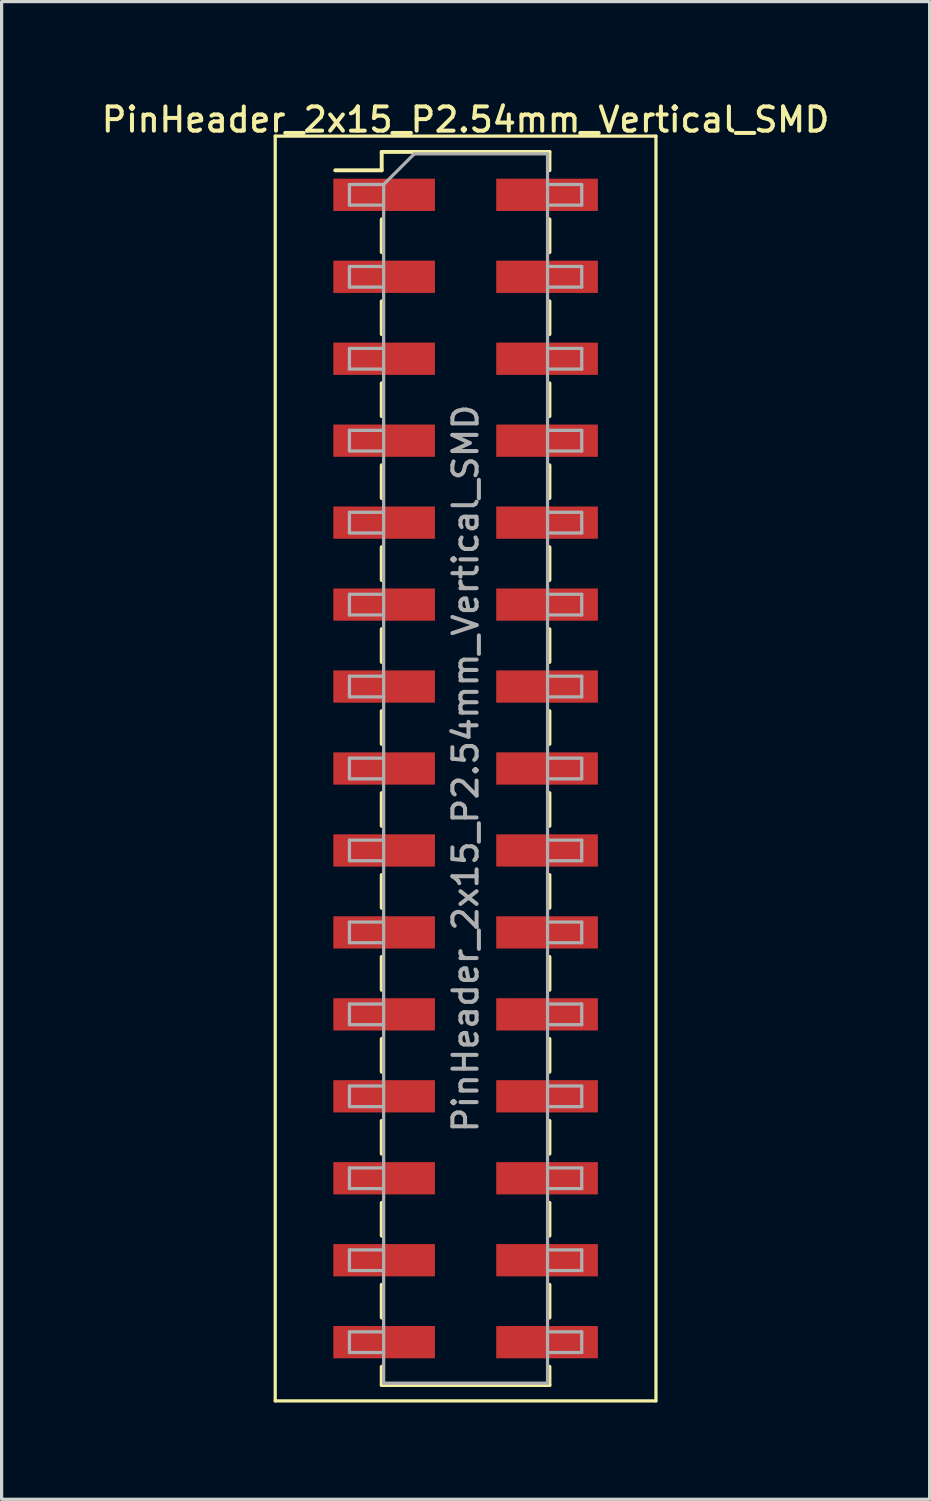
<source format=kicad_pcb>
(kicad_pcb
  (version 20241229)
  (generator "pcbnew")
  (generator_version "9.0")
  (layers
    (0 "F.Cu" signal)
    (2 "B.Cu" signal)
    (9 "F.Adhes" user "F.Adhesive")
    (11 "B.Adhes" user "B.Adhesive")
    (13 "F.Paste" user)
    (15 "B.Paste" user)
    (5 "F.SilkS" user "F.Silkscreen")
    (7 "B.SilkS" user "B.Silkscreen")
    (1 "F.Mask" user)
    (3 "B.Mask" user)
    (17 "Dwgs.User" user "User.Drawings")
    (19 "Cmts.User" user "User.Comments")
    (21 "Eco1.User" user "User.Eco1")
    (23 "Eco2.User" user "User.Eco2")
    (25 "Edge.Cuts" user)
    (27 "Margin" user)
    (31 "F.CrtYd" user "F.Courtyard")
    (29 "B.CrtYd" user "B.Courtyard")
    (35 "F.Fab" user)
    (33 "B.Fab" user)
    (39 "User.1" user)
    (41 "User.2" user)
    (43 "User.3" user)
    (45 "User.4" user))
  (footprint "PinHeader_2x15_P2.54mm_Vertical_SMD"
    (layer "F.Cu")
    (at 11.38 20.768)
    (property "Reference" "PinHeader_2x15_P2.54mm_Vertical_SMD" (at 0 -20.11 0) (layer "F.SilkS") (effects (font (size 0.75 0.75) (thickness 0.125))))
    (attr smd)
    (fp_line (start -5.9 -19.6) (end -5.9 19.6) (stroke (width 0.1) (type solid)) (layer "F.SilkS"))
    (fp_line (start -5.9 19.6) (end 5.9 19.6) (stroke (width 0.1) (type solid)) (layer "F.SilkS"))
    (fp_line (start -4.04 -18.54) (end -2.6 -18.54) (stroke (width 0.12) (type solid)) (layer "F.SilkS"))
    (fp_line (start -2.6 -19.11) (end -2.6 -18.54) (stroke (width 0.12) (type solid)) (layer "F.SilkS"))
    (fp_line (start -2.6 -19.11) (end 2.6 -19.11) (stroke (width 0.12) (type solid)) (layer "F.SilkS"))
    (fp_line (start -2.6 -17.02) (end -2.6 -16) (stroke (width 0.12) (type solid)) (layer "F.SilkS"))
    (fp_line (start -2.6 -14.48) (end -2.6 -13.46) (stroke (width 0.12) (type solid)) (layer "F.SilkS"))
    (fp_line (start -2.6 -11.94) (end -2.6 -10.92) (stroke (width 0.12) (type solid)) (layer "F.SilkS"))
    (fp_line (start -2.6 -9.4) (end -2.6 -8.38) (stroke (width 0.12) (type solid)) (layer "F.SilkS"))
    (fp_line (start -2.6 -6.86) (end -2.6 -5.84) (stroke (width 0.12) (type solid)) (layer "F.SilkS"))
    (fp_line (start -2.6 -4.32) (end -2.6 -3.3) (stroke (width 0.12) (type solid)) (layer "F.SilkS"))
    (fp_line (start -2.6 -1.78) (end -2.6 -0.76) (stroke (width 0.12) (type solid)) (layer "F.SilkS"))
    (fp_line (start -2.6 0.76) (end -2.6 1.78) (stroke (width 0.12) (type solid)) (layer "F.SilkS"))
    (fp_line (start -2.6 3.3) (end -2.6 4.32) (stroke (width 0.12) (type solid)) (layer "F.SilkS"))
    (fp_line (start -2.6 5.84) (end -2.6 6.86) (stroke (width 0.12) (type solid)) (layer "F.SilkS"))
    (fp_line (start -2.6 8.38) (end -2.6 9.4) (stroke (width 0.12) (type solid)) (layer "F.SilkS"))
    (fp_line (start -2.6 10.92) (end -2.6 11.94) (stroke (width 0.12) (type solid)) (layer "F.SilkS"))
    (fp_line (start -2.6 13.46) (end -2.6 14.48) (stroke (width 0.12) (type solid)) (layer "F.SilkS"))
    (fp_line (start -2.6 16) (end -2.6 17.02) (stroke (width 0.12) (type solid)) (layer "F.SilkS"))
    (fp_line (start -2.6 18.54) (end -2.6 19.11) (stroke (width 0.12) (type solid)) (layer "F.SilkS"))
    (fp_line (start -2.6 19.11) (end 2.6 19.11) (stroke (width 0.12) (type solid)) (layer "F.SilkS"))
    (fp_line (start 2.6 -19.11) (end 2.6 -18.54) (stroke (width 0.12) (type solid)) (layer "F.SilkS"))
    (fp_line (start 2.6 -17.02) (end 2.6 -16) (stroke (width 0.12) (type solid)) (layer "F.SilkS"))
    (fp_line (start 2.6 -14.48) (end 2.6 -13.46) (stroke (width 0.12) (type solid)) (layer "F.SilkS"))
    (fp_line (start 2.6 -11.94) (end 2.6 -10.92) (stroke (width 0.12) (type solid)) (layer "F.SilkS"))
    (fp_line (start 2.6 -9.4) (end 2.6 -8.38) (stroke (width 0.12) (type solid)) (layer "F.SilkS"))
    (fp_line (start 2.6 -6.86) (end 2.6 -5.84) (stroke (width 0.12) (type solid)) (layer "F.SilkS"))
    (fp_line (start 2.6 -4.32) (end 2.6 -3.3) (stroke (width 0.12) (type solid)) (layer "F.SilkS"))
    (fp_line (start 2.6 -1.78) (end 2.6 -0.76) (stroke (width 0.12) (type solid)) (layer "F.SilkS"))
    (fp_line (start 2.6 0.76) (end 2.6 1.78) (stroke (width 0.12) (type solid)) (layer "F.SilkS"))
    (fp_line (start 2.6 3.3) (end 2.6 4.32) (stroke (width 0.12) (type solid)) (layer "F.SilkS"))
    (fp_line (start 2.6 5.84) (end 2.6 6.86) (stroke (width 0.12) (type solid)) (layer "F.SilkS"))
    (fp_line (start 2.6 8.38) (end 2.6 9.4) (stroke (width 0.12) (type solid)) (layer "F.SilkS"))
    (fp_line (start 2.6 10.92) (end 2.6 11.94) (stroke (width 0.12) (type solid)) (layer "F.SilkS"))
    (fp_line (start 2.6 13.46) (end 2.6 14.48) (stroke (width 0.12) (type solid)) (layer "F.SilkS"))
    (fp_line (start 2.6 16) (end 2.6 17.02) (stroke (width 0.12) (type solid)) (layer "F.SilkS"))
    (fp_line (start 2.6 18.54) (end 2.6 19.11) (stroke (width 0.12) (type solid)) (layer "F.SilkS"))
    (fp_line (start 5.9 -19.6) (end -5.9 -19.6) (stroke (width 0.1) (type solid)) (layer "F.SilkS"))
    (fp_line (start 5.9 19.6) (end 5.9 -19.6) (stroke (width 0.1) (type solid)) (layer "F.SilkS"))
    (fp_line (start -3.6 -18.1) (end -3.6 -17.46) (stroke (width 0.1) (type solid)) (layer "F.Fab"))
    (fp_line (start -3.6 -17.46) (end -2.54 -17.46) (stroke (width 0.1) (type solid)) (layer "F.Fab"))
    (fp_line (start -3.6 -15.56) (end -3.6 -14.92) (stroke (width 0.1) (type solid)) (layer "F.Fab"))
    (fp_line (start -3.6 -14.92) (end -2.54 -14.92) (stroke (width 0.1) (type solid)) (layer "F.Fab"))
    (fp_line (start -3.6 -13.02) (end -3.6 -12.38) (stroke (width 0.1) (type solid)) (layer "F.Fab"))
    (fp_line (start -3.6 -12.38) (end -2.54 -12.38) (stroke (width 0.1) (type solid)) (layer "F.Fab"))
    (fp_line (start -3.6 -10.48) (end -3.6 -9.84) (stroke (width 0.1) (type solid)) (layer "F.Fab"))
    (fp_line (start -3.6 -9.84) (end -2.54 -9.84) (stroke (width 0.1) (type solid)) (layer "F.Fab"))
    (fp_line (start -3.6 -7.94) (end -3.6 -7.3) (stroke (width 0.1) (type solid)) (layer "F.Fab"))
    (fp_line (start -3.6 -7.3) (end -2.54 -7.3) (stroke (width 0.1) (type solid)) (layer "F.Fab"))
    (fp_line (start -3.6 -5.4) (end -3.6 -4.76) (stroke (width 0.1) (type solid)) (layer "F.Fab"))
    (fp_line (start -3.6 -4.76) (end -2.54 -4.76) (stroke (width 0.1) (type solid)) (layer "F.Fab"))
    (fp_line (start -3.6 -2.86) (end -3.6 -2.22) (stroke (width 0.1) (type solid)) (layer "F.Fab"))
    (fp_line (start -3.6 -2.22) (end -2.54 -2.22) (stroke (width 0.1) (type solid)) (layer "F.Fab"))
    (fp_line (start -3.6 -0.32) (end -3.6 0.32) (stroke (width 0.1) (type solid)) (layer "F.Fab"))
    (fp_line (start -3.6 0.32) (end -2.54 0.32) (stroke (width 0.1) (type solid)) (layer "F.Fab"))
    (fp_line (start -3.6 2.22) (end -3.6 2.86) (stroke (width 0.1) (type solid)) (layer "F.Fab"))
    (fp_line (start -3.6 2.86) (end -2.54 2.86) (stroke (width 0.1) (type solid)) (layer "F.Fab"))
    (fp_line (start -3.6 4.76) (end -3.6 5.4) (stroke (width 0.1) (type solid)) (layer "F.Fab"))
    (fp_line (start -3.6 5.4) (end -2.54 5.4) (stroke (width 0.1) (type solid)) (layer "F.Fab"))
    (fp_line (start -3.6 7.3) (end -3.6 7.94) (stroke (width 0.1) (type solid)) (layer "F.Fab"))
    (fp_line (start -3.6 7.94) (end -2.54 7.94) (stroke (width 0.1) (type solid)) (layer "F.Fab"))
    (fp_line (start -3.6 9.84) (end -3.6 10.48) (stroke (width 0.1) (type solid)) (layer "F.Fab"))
    (fp_line (start -3.6 10.48) (end -2.54 10.48) (stroke (width 0.1) (type solid)) (layer "F.Fab"))
    (fp_line (start -3.6 12.38) (end -3.6 13.02) (stroke (width 0.1) (type solid)) (layer "F.Fab"))
    (fp_line (start -3.6 13.02) (end -2.54 13.02) (stroke (width 0.1) (type solid)) (layer "F.Fab"))
    (fp_line (start -3.6 14.92) (end -3.6 15.56) (stroke (width 0.1) (type solid)) (layer "F.Fab"))
    (fp_line (start -3.6 15.56) (end -2.54 15.56) (stroke (width 0.1) (type solid)) (layer "F.Fab"))
    (fp_line (start -3.6 17.46) (end -3.6 18.1) (stroke (width 0.1) (type solid)) (layer "F.Fab"))
    (fp_line (start -3.6 18.1) (end -2.54 18.1) (stroke (width 0.1) (type solid)) (layer "F.Fab"))
    (fp_line (start -2.54 -18.1) (end -3.6 -18.1) (stroke (width 0.1) (type solid)) (layer "F.Fab"))
    (fp_line (start -2.54 -18.1) (end -1.59 -19.05) (stroke (width 0.1) (type solid)) (layer "F.Fab"))
    (fp_line (start -2.54 -15.56) (end -3.6 -15.56) (stroke (width 0.1) (type solid)) (layer "F.Fab"))
    (fp_line (start -2.54 -13.02) (end -3.6 -13.02) (stroke (width 0.1) (type solid)) (layer "F.Fab"))
    (fp_line (start -2.54 -10.48) (end -3.6 -10.48) (stroke (width 0.1) (type solid)) (layer "F.Fab"))
    (fp_line (start -2.54 -7.94) (end -3.6 -7.94) (stroke (width 0.1) (type solid)) (layer "F.Fab"))
    (fp_line (start -2.54 -5.4) (end -3.6 -5.4) (stroke (width 0.1) (type solid)) (layer "F.Fab"))
    (fp_line (start -2.54 -2.86) (end -3.6 -2.86) (stroke (width 0.1) (type solid)) (layer "F.Fab"))
    (fp_line (start -2.54 -0.32) (end -3.6 -0.32) (stroke (width 0.1) (type solid)) (layer "F.Fab"))
    (fp_line (start -2.54 2.22) (end -3.6 2.22) (stroke (width 0.1) (type solid)) (layer "F.Fab"))
    (fp_line (start -2.54 4.76) (end -3.6 4.76) (stroke (width 0.1) (type solid)) (layer "F.Fab"))
    (fp_line (start -2.54 7.3) (end -3.6 7.3) (stroke (width 0.1) (type solid)) (layer "F.Fab"))
    (fp_line (start -2.54 9.84) (end -3.6 9.84) (stroke (width 0.1) (type solid)) (layer "F.Fab"))
    (fp_line (start -2.54 12.38) (end -3.6 12.38) (stroke (width 0.1) (type solid)) (layer "F.Fab"))
    (fp_line (start -2.54 14.92) (end -3.6 14.92) (stroke (width 0.1) (type solid)) (layer "F.Fab"))
    (fp_line (start -2.54 17.46) (end -3.6 17.46) (stroke (width 0.1) (type solid)) (layer "F.Fab"))
    (fp_line (start -2.54 19.05) (end -2.54 -18.1) (stroke (width 0.1) (type solid)) (layer "F.Fab"))
    (fp_line (start -1.59 -19.05) (end 2.54 -19.05) (stroke (width 0.1) (type solid)) (layer "F.Fab"))
    (fp_line (start 2.54 -19.05) (end 2.54 19.05) (stroke (width 0.1) (type solid)) (layer "F.Fab"))
    (fp_line (start 2.54 -18.1) (end 3.6 -18.1) (stroke (width 0.1) (type solid)) (layer "F.Fab"))
    (fp_line (start 2.54 -15.56) (end 3.6 -15.56) (stroke (width 0.1) (type solid)) (layer "F.Fab"))
    (fp_line (start 2.54 -13.02) (end 3.6 -13.02) (stroke (width 0.1) (type solid)) (layer "F.Fab"))
    (fp_line (start 2.54 -10.48) (end 3.6 -10.48) (stroke (width 0.1) (type solid)) (layer "F.Fab"))
    (fp_line (start 2.54 -7.94) (end 3.6 -7.94) (stroke (width 0.1) (type solid)) (layer "F.Fab"))
    (fp_line (start 2.54 -5.4) (end 3.6 -5.4) (stroke (width 0.1) (type solid)) (layer "F.Fab"))
    (fp_line (start 2.54 -2.86) (end 3.6 -2.86) (stroke (width 0.1) (type solid)) (layer "F.Fab"))
    (fp_line (start 2.54 -0.32) (end 3.6 -0.32) (stroke (width 0.1) (type solid)) (layer "F.Fab"))
    (fp_line (start 2.54 2.22) (end 3.6 2.22) (stroke (width 0.1) (type solid)) (layer "F.Fab"))
    (fp_line (start 2.54 4.76) (end 3.6 4.76) (stroke (width 0.1) (type solid)) (layer "F.Fab"))
    (fp_line (start 2.54 7.3) (end 3.6 7.3) (stroke (width 0.1) (type solid)) (layer "F.Fab"))
    (fp_line (start 2.54 9.84) (end 3.6 9.84) (stroke (width 0.1) (type solid)) (layer "F.Fab"))
    (fp_line (start 2.54 12.38) (end 3.6 12.38) (stroke (width 0.1) (type solid)) (layer "F.Fab"))
    (fp_line (start 2.54 14.92) (end 3.6 14.92) (stroke (width 0.1) (type solid)) (layer "F.Fab"))
    (fp_line (start 2.54 17.46) (end 3.6 17.46) (stroke (width 0.1) (type solid)) (layer "F.Fab"))
    (fp_line (start 2.54 19.05) (end -2.54 19.05) (stroke (width 0.1) (type solid)) (layer "F.Fab"))
    (fp_line (start 3.6 -18.1) (end 3.6 -17.46) (stroke (width 0.1) (type solid)) (layer "F.Fab"))
    (fp_line (start 3.6 -17.46) (end 2.54 -17.46) (stroke (width 0.1) (type solid)) (layer "F.Fab"))
    (fp_line (start 3.6 -15.56) (end 3.6 -14.92) (stroke (width 0.1) (type solid)) (layer "F.Fab"))
    (fp_line (start 3.6 -14.92) (end 2.54 -14.92) (stroke (width 0.1) (type solid)) (layer "F.Fab"))
    (fp_line (start 3.6 -13.02) (end 3.6 -12.38) (stroke (width 0.1) (type solid)) (layer "F.Fab"))
    (fp_line (start 3.6 -12.38) (end 2.54 -12.38) (stroke (width 0.1) (type solid)) (layer "F.Fab"))
    (fp_line (start 3.6 -10.48) (end 3.6 -9.84) (stroke (width 0.1) (type solid)) (layer "F.Fab"))
    (fp_line (start 3.6 -9.84) (end 2.54 -9.84) (stroke (width 0.1) (type solid)) (layer "F.Fab"))
    (fp_line (start 3.6 -7.94) (end 3.6 -7.3) (stroke (width 0.1) (type solid)) (layer "F.Fab"))
    (fp_line (start 3.6 -7.3) (end 2.54 -7.3) (stroke (width 0.1) (type solid)) (layer "F.Fab"))
    (fp_line (start 3.6 -5.4) (end 3.6 -4.76) (stroke (width 0.1) (type solid)) (layer "F.Fab"))
    (fp_line (start 3.6 -4.76) (end 2.54 -4.76) (stroke (width 0.1) (type solid)) (layer "F.Fab"))
    (fp_line (start 3.6 -2.86) (end 3.6 -2.22) (stroke (width 0.1) (type solid)) (layer "F.Fab"))
    (fp_line (start 3.6 -2.22) (end 2.54 -2.22) (stroke (width 0.1) (type solid)) (layer "F.Fab"))
    (fp_line (start 3.6 -0.32) (end 3.6 0.32) (stroke (width 0.1) (type solid)) (layer "F.Fab"))
    (fp_line (start 3.6 0.32) (end 2.54 0.32) (stroke (width 0.1) (type solid)) (layer "F.Fab"))
    (fp_line (start 3.6 2.22) (end 3.6 2.86) (stroke (width 0.1) (type solid)) (layer "F.Fab"))
    (fp_line (start 3.6 2.86) (end 2.54 2.86) (stroke (width 0.1) (type solid)) (layer "F.Fab"))
    (fp_line (start 3.6 4.76) (end 3.6 5.4) (stroke (width 0.1) (type solid)) (layer "F.Fab"))
    (fp_line (start 3.6 5.4) (end 2.54 5.4) (stroke (width 0.1) (type solid)) (layer "F.Fab"))
    (fp_line (start 3.6 7.3) (end 3.6 7.94) (stroke (width 0.1) (type solid)) (layer "F.Fab"))
    (fp_line (start 3.6 7.94) (end 2.54 7.94) (stroke (width 0.1) (type solid)) (layer "F.Fab"))
    (fp_line (start 3.6 9.84) (end 3.6 10.48) (stroke (width 0.1) (type solid)) (layer "F.Fab"))
    (fp_line (start 3.6 10.48) (end 2.54 10.48) (stroke (width 0.1) (type solid)) (layer "F.Fab"))
    (fp_line (start 3.6 12.38) (end 3.6 13.02) (stroke (width 0.1) (type solid)) (layer "F.Fab"))
    (fp_line (start 3.6 13.02) (end 2.54 13.02) (stroke (width 0.1) (type solid)) (layer "F.Fab"))
    (fp_line (start 3.6 14.92) (end 3.6 15.56) (stroke (width 0.1) (type solid)) (layer "F.Fab"))
    (fp_line (start 3.6 15.56) (end 2.54 15.56) (stroke (width 0.1) (type solid)) (layer "F.Fab"))
    (fp_line (start 3.6 17.46) (end 3.6 18.1) (stroke (width 0.1) (type solid)) (layer "F.Fab"))
    (fp_line (start 3.6 18.1) (end 2.54 18.1) (stroke (width 0.1) (type solid)) (layer "F.Fab"))
    (fp_text user "${REFERENCE}" (at 0 0 90) (layer "F.Fab") (effects (font (size 0.75 0.75) (thickness 0.125))))
    (pad "1" smd rect (at -2.525 -17.78) (size 3.15 1) (layers "F.Cu" "F.Mask" "F.Paste"))
    (pad "2" smd rect (at 2.525 -17.78) (size 3.15 1) (layers "F.Cu" "F.Mask" "F.Paste"))
    (pad "3" smd rect (at -2.525 -15.24) (size 3.15 1) (layers "F.Cu" "F.Mask" "F.Paste"))
    (pad "4" smd rect (at 2.525 -15.24) (size 3.15 1) (layers "F.Cu" "F.Mask" "F.Paste"))
    (pad "5" smd rect (at -2.525 -12.7) (size 3.15 1) (layers "F.Cu" "F.Mask" "F.Paste"))
    (pad "6" smd rect (at 2.525 -12.7) (size 3.15 1) (layers "F.Cu" "F.Mask" "F.Paste"))
    (pad "7" smd rect (at -2.525 -10.16) (size 3.15 1) (layers "F.Cu" "F.Mask" "F.Paste"))
    (pad "8" smd rect (at 2.525 -10.16) (size 3.15 1) (layers "F.Cu" "F.Mask" "F.Paste"))
    (pad "9" smd rect (at -2.525 -7.62) (size 3.15 1) (layers "F.Cu" "F.Mask" "F.Paste"))
    (pad "10" smd rect (at 2.525 -7.62) (size 3.15 1) (layers "F.Cu" "F.Mask" "F.Paste"))
    (pad "11" smd rect (at -2.525 -5.08) (size 3.15 1) (layers "F.Cu" "F.Mask" "F.Paste"))
    (pad "12" smd rect (at 2.525 -5.08) (size 3.15 1) (layers "F.Cu" "F.Mask" "F.Paste"))
    (pad "13" smd rect (at -2.525 -2.54) (size 3.15 1) (layers "F.Cu" "F.Mask" "F.Paste"))
    (pad "14" smd rect (at 2.525 -2.54) (size 3.15 1) (layers "F.Cu" "F.Mask" "F.Paste"))
    (pad "15" smd rect (at -2.525 0) (size 3.15 1) (layers "F.Cu" "F.Mask" "F.Paste"))
    (pad "16" smd rect (at 2.525 0) (size 3.15 1) (layers "F.Cu" "F.Mask" "F.Paste"))
    (pad "17" smd rect (at -2.525 2.54) (size 3.15 1) (layers "F.Cu" "F.Mask" "F.Paste"))
    (pad "18" smd rect (at 2.525 2.54) (size 3.15 1) (layers "F.Cu" "F.Mask" "F.Paste"))
    (pad "19" smd rect (at -2.525 5.08) (size 3.15 1) (layers "F.Cu" "F.Mask" "F.Paste"))
    (pad "20" smd rect (at 2.525 5.08) (size 3.15 1) (layers "F.Cu" "F.Mask" "F.Paste"))
    (pad "21" smd rect (at -2.525 7.62) (size 3.15 1) (layers "F.Cu" "F.Mask" "F.Paste"))
    (pad "22" smd rect (at 2.525 7.62) (size 3.15 1) (layers "F.Cu" "F.Mask" "F.Paste"))
    (pad "23" smd rect (at -2.525 10.16) (size 3.15 1) (layers "F.Cu" "F.Mask" "F.Paste"))
    (pad "24" smd rect (at 2.525 10.16) (size 3.15 1) (layers "F.Cu" "F.Mask" "F.Paste"))
    (pad "25" smd rect (at -2.525 12.7) (size 3.15 1) (layers "F.Cu" "F.Mask" "F.Paste"))
    (pad "26" smd rect (at 2.525 12.7) (size 3.15 1) (layers "F.Cu" "F.Mask" "F.Paste"))
    (pad "27" smd rect (at -2.525 15.24) (size 3.15 1) (layers "F.Cu" "F.Mask" "F.Paste"))
    (pad "28" smd rect (at 2.525 15.24) (size 3.15 1) (layers "F.Cu" "F.Mask" "F.Paste"))
    (pad "29" smd rect (at -2.525 17.78) (size 3.15 1) (layers "F.Cu" "F.Mask" "F.Paste"))
    (pad "30" smd rect (at 2.525 17.78) (size 3.15 1) (layers "F.Cu" "F.Mask" "F.Paste")))
  (gr_rect
    (start -3 -3)
    (end 25.761 43.418)
    (stroke (width 0.1) (type default))
    (fill no)
    (layer "Edge.Cuts")))
</source>
